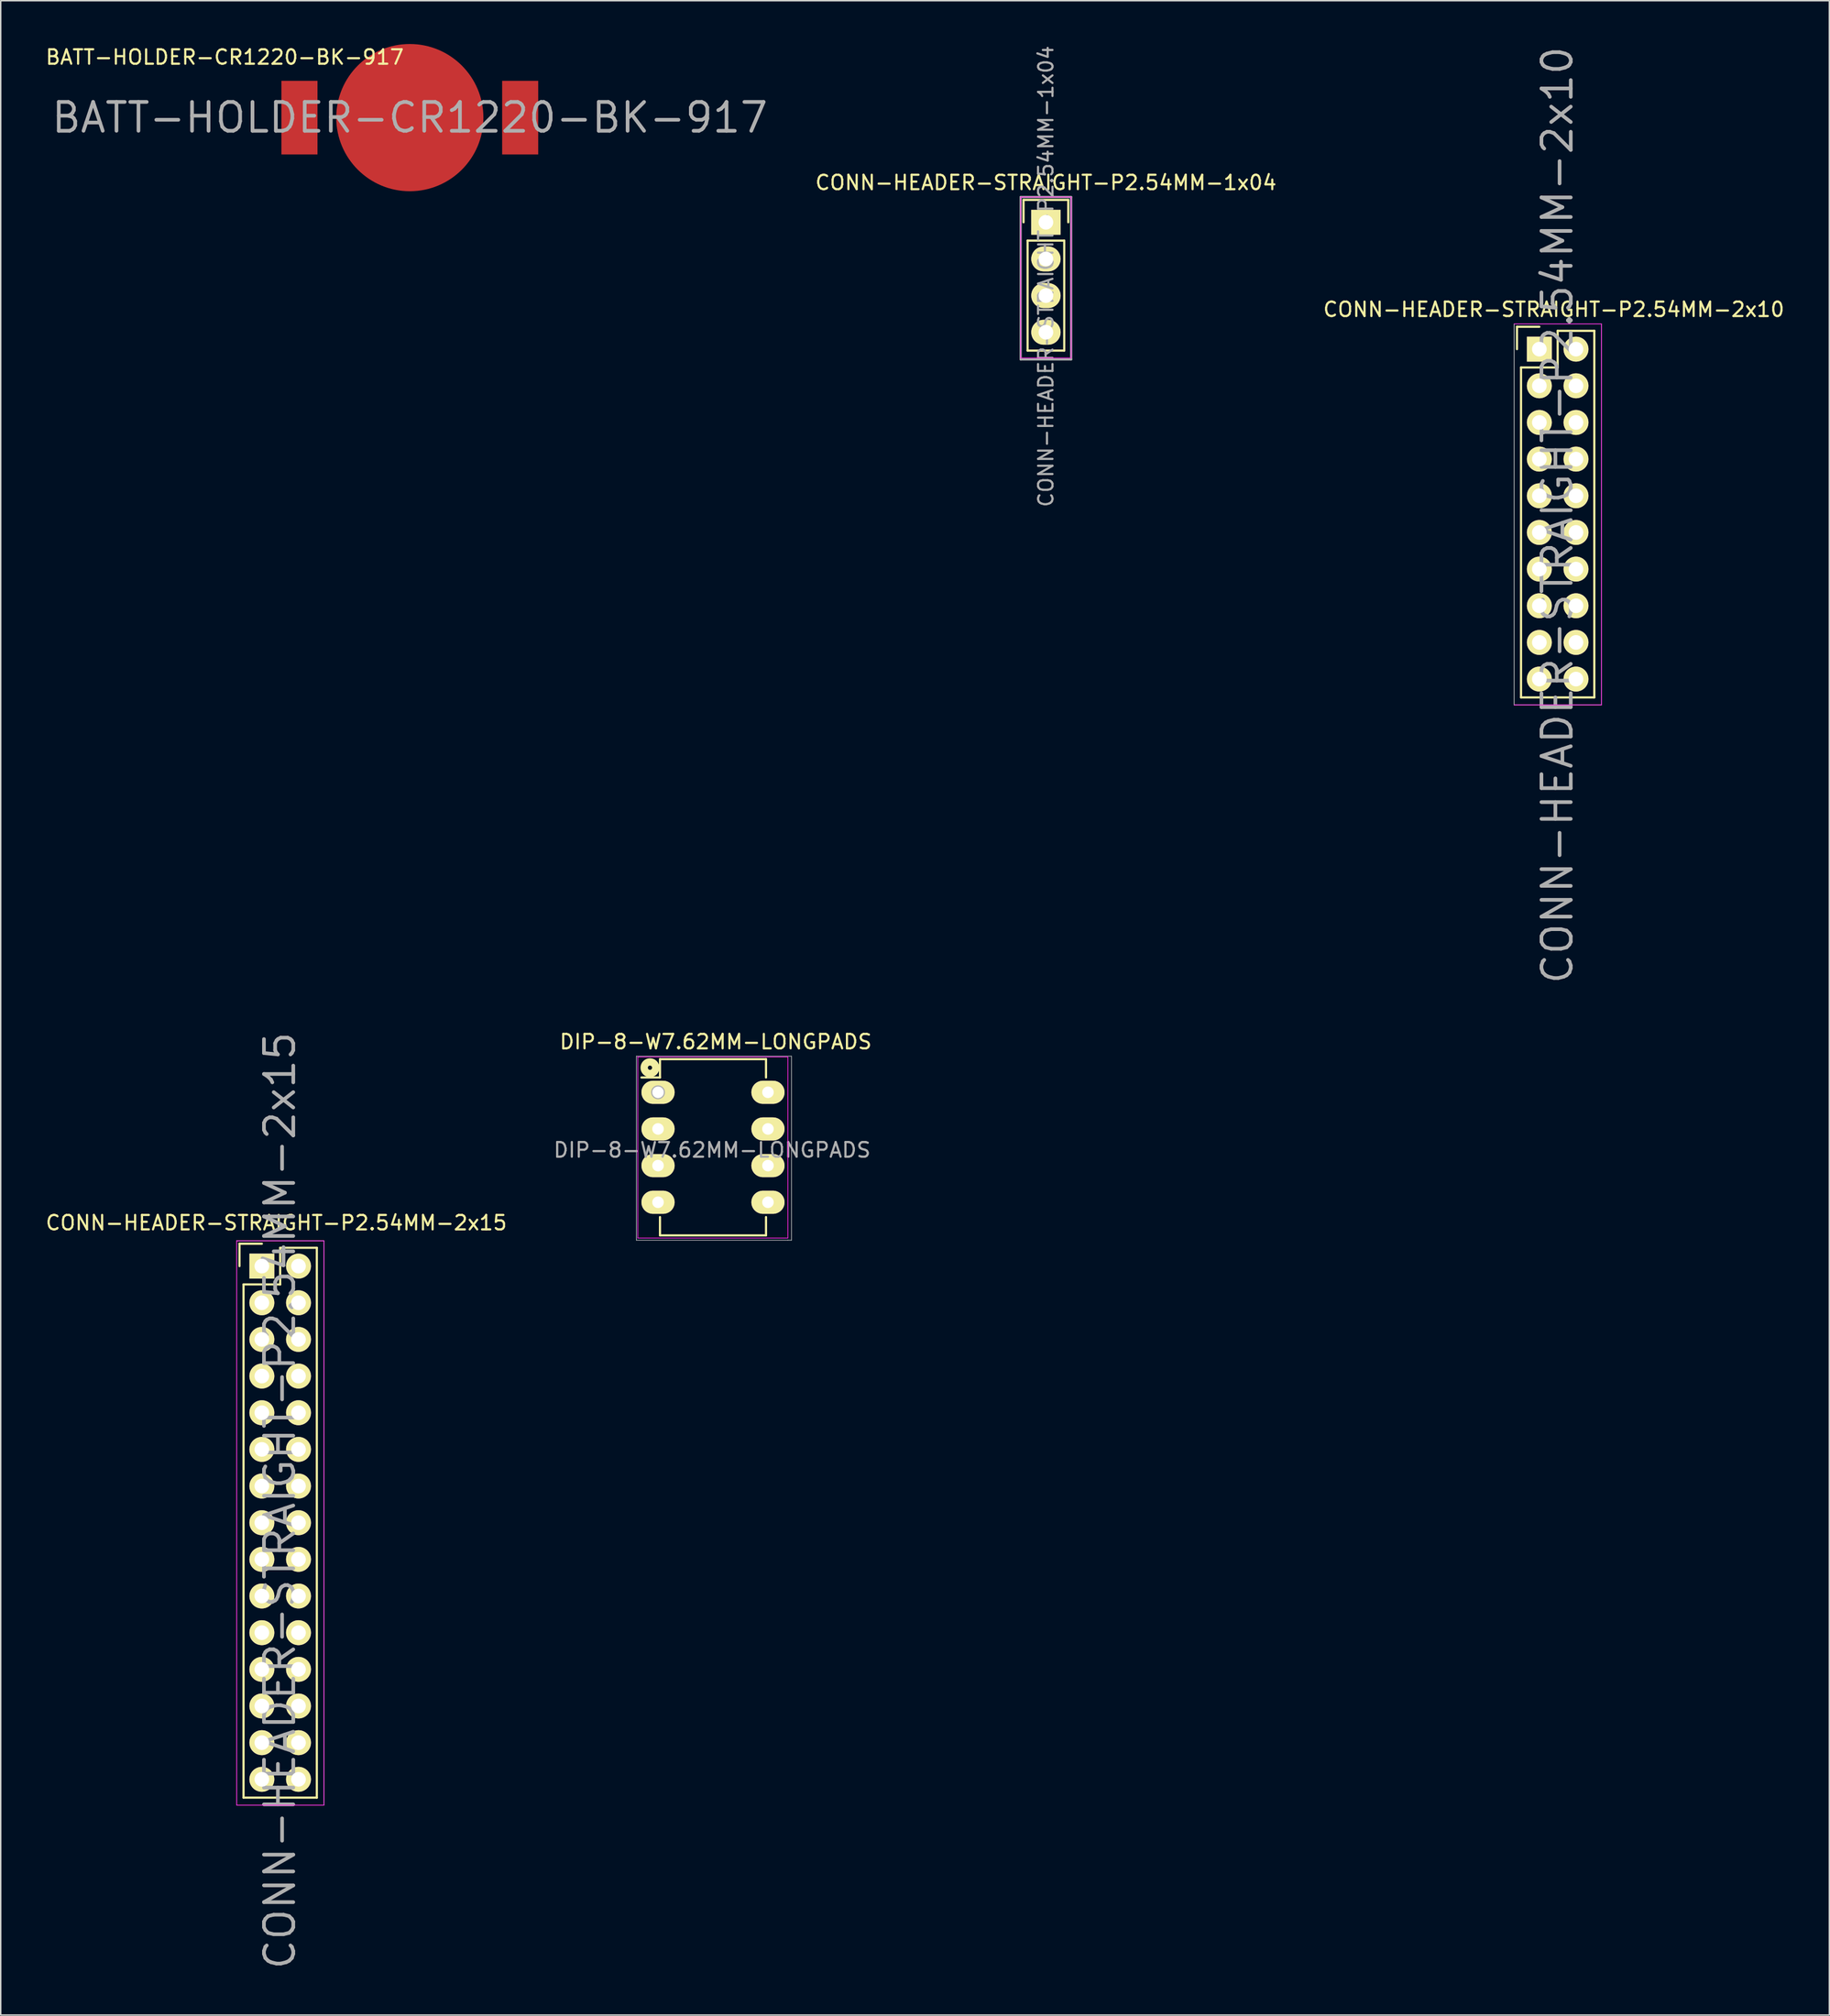
<source format=kicad_pcb>
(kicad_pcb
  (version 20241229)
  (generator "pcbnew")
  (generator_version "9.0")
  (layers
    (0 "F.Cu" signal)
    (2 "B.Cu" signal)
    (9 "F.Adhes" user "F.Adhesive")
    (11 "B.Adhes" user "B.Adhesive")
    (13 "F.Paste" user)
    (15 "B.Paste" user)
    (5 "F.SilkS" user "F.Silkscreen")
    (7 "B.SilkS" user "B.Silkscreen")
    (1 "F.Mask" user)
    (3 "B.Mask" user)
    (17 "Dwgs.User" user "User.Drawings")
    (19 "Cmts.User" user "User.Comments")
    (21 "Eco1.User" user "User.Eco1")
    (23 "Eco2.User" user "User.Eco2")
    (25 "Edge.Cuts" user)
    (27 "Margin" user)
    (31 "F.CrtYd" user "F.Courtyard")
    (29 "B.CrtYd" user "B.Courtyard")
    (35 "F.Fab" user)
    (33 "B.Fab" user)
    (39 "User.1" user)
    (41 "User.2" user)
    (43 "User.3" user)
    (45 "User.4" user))
  (footprint "BATT-HOLDER-CR1220-BK-917"
    (layer "F.Cu")
    (at 25.357 5.1)
    (property "Reference" "BATT-HOLDER-CR1220-BK-917" (at 0 0 0) (layer "F.Fab") (effects (font (size 2 2) (thickness 0.254))))
    (attr through_hole)
    (fp_text user "${REFERENCE}" (at -12.827 -4.191 0) (layer "F.SilkS") (effects (font (size 1 1) (thickness 0.15))))
    (pad "1" smd rect (at -7.65 0) (size 2.5 5.1) (layers "F.Cu" "F.Mask" "F.Paste"))
    (pad "1" smd rect (at 7.65 0) (size 2.5 5.1) (layers "F.Cu" "F.Mask" "F.Paste"))
    (pad "GND" smd circle (at 0 0) (size 10.2 10.2) (layers "F.Cu" "F.Mask" "F.Paste")))
  (footprint "DIP-8-W7.62MM-LONGPADS"
    (layer "F.Cu")
    (at 42.562 72.631)
    (property "Reference" "DIP-8-W7.62MM-LONGPADS" (at 3.75 4 180) (layer "F.Fab") (effects (font (size 1.016 1.016) (thickness 0.152))))
    (attr through_hole)
    (fp_line (start 0.135 -2.295) (end 0.135 -1.025) (stroke (width 0.15) (type solid)) (layer "F.SilkS"))
    (fp_line (start 0.135 -2.295) (end 7.485 -2.295) (stroke (width 0.15) (type solid)) (layer "F.SilkS"))
    (fp_line (start 0.135 -1.025) (end -1.15 -1.025) (stroke (width 0.15) (type solid)) (layer "F.SilkS"))
    (fp_line (start 0.135 9.915) (end 0.135 8.645) (stroke (width 0.15) (type solid)) (layer "F.SilkS"))
    (fp_line (start 0.135 9.915) (end 7.485 9.915) (stroke (width 0.15) (type solid)) (layer "F.SilkS"))
    (fp_line (start 7.485 -2.295) (end 7.485 -1.025) (stroke (width 0.15) (type solid)) (layer "F.SilkS"))
    (fp_line (start 7.485 9.915) (end 7.485 8.645) (stroke (width 0.15) (type solid)) (layer "F.SilkS"))
    (fp_circle (center -0.559 -1.702) (end -0.483 -1.575) (stroke (width 0.508) (type solid)) (fill no) (layer "F.SilkS"))
    (fp_line (start -1.4 -2.45) (end -1.4 10.1) (stroke (width 0.05) (type solid)) (layer "F.CrtYd"))
    (fp_line (start -1.4 -2.45) (end 9 -2.45) (stroke (width 0.05) (type solid)) (layer "F.CrtYd"))
    (fp_line (start -1.4 10.1) (end 9 10.1) (stroke (width 0.05) (type solid)) (layer "F.CrtYd"))
    (fp_line (start 9 -2.45) (end 9 10.1) (stroke (width 0.05) (type solid)) (layer "F.CrtYd"))
    (fp_line (start -1.5 -2.5) (end -1.5 10.25) (stroke (width 0.051) (type solid)) (layer "F.Fab"))
    (fp_line (start -1.5 10.25) (end 9 10.25) (stroke (width 0.051) (type solid)) (layer "F.Fab"))
    (fp_line (start 9 10.25) (end 9.25 10.25) (stroke (width 0.051) (type solid)) (layer "F.Fab"))
    (fp_line (start 9.25 -2.5) (end -1.5 -2.5) (stroke (width 0.051) (type solid)) (layer "F.Fab"))
    (fp_line (start 9.25 10.25) (end 9.25 -2.5) (stroke (width 0.051) (type solid)) (layer "F.Fab"))
    (fp_circle (center 0 0) (end 0.25 0.25) (stroke (width 0.254) (type solid)) (fill no) (layer "F.Fab"))
    (fp_text user "${REFERENCE}" (at 4 -3.5 0) (layer "F.SilkS") (effects (font (size 1 1) (thickness 0.15))))
    (pad "1" thru_hole oval (at 0 0) (size 2.3 1.6) (drill 0.8) (layers "*.Cu" "*.Mask" "F.SilkS"))
    (pad "2" thru_hole oval (at 0 2.54) (size 2.3 1.6) (drill 0.8) (layers "*.Cu" "*.Mask" "F.SilkS"))
    (pad "3" thru_hole oval (at 0 5.08) (size 2.3 1.6) (drill 0.8) (layers "*.Cu" "*.Mask" "F.SilkS"))
    (pad "4" thru_hole oval (at 0 7.62) (size 2.3 1.6) (drill 0.8) (layers "*.Cu" "*.Mask" "F.SilkS"))
    (pad "5" thru_hole oval (at 7.62 7.62) (size 2.3 1.6) (drill 0.8) (layers "*.Cu" "*.Mask" "F.SilkS"))
    (pad "6" thru_hole oval (at 7.62 5.08) (size 2.3 1.6) (drill 0.8) (layers "*.Cu" "*.Mask" "F.SilkS"))
    (pad "7" thru_hole oval (at 7.62 2.54) (size 2.3 1.6) (drill 0.8) (layers "*.Cu" "*.Mask" "F.SilkS"))
    (pad "8" thru_hole oval (at 7.62 0) (size 2.3 1.6) (drill 0.8) (layers "*.Cu" "*.Mask" "F.SilkS")))
  (footprint "CONN-HEADER-STRAIGHT-P2.54MM-2x10"
    (layer "F.Cu")
    (at 103.651 21.141)
    (property "Reference" "CONN-HEADER-STRAIGHT-P2.54MM-2x10" (at 1.25 11.5 90) (layer "F.Fab") (effects (font (size 2.032 2.032) (thickness 0.254))))
    (attr through_hole)
    (fp_line (start -1.55 -1.55) (end -1.55 0) (stroke (width 0.15) (type solid)) (layer "F.SilkS"))
    (fp_line (start -1.27 1.27) (end -1.27 24.13) (stroke (width 0.15) (type solid)) (layer "F.SilkS"))
    (fp_line (start 0 -1.55) (end -1.55 -1.55) (stroke (width 0.15) (type solid)) (layer "F.SilkS"))
    (fp_line (start 1.27 -1.27) (end 1.27 1.27) (stroke (width 0.15) (type solid)) (layer "F.SilkS"))
    (fp_line (start 1.27 1.27) (end -1.27 1.27) (stroke (width 0.15) (type solid)) (layer "F.SilkS"))
    (fp_line (start 3.81 -1.27) (end 1.27 -1.27) (stroke (width 0.15) (type solid)) (layer "F.SilkS"))
    (fp_line (start 3.81 24.13) (end -1.27 24.13) (stroke (width 0.15) (type solid)) (layer "F.SilkS"))
    (fp_line (start 3.81 24.13) (end 3.81 -1.27) (stroke (width 0.15) (type solid)) (layer "F.SilkS"))
    (fp_line (start -1.75 -1.75) (end 4.3 -1.75) (stroke (width 0.05) (type solid)) (layer "F.CrtYd"))
    (fp_line (start -1.75 24.65) (end 4.3 24.65) (stroke (width 0.05) (type solid)) (layer "F.CrtYd"))
    (fp_line (start 4.3 -1.75) (end 4.3 24.65) (stroke (width 0.05) (type solid)) (layer "F.CrtYd"))
    (fp_line (start -1.75 -1.75) (end -1.75 24.65) (stroke (width 0.05) (type solid)) (layer "F.Fab"))
    (fp_line (start -1.75 -1.75) (end -1.75 24.65) (stroke (width 0.05) (type solid)) (layer "F.Fab"))
    (fp_line (start -1.75 -1.75) (end 4.3 -1.75) (stroke (width 0.05) (type solid)) (layer "F.Fab"))
    (fp_line (start -1.75 24.65) (end 4.3 24.65) (stroke (width 0.05) (type solid)) (layer "F.Fab"))
    (fp_line (start 4.3 -1.75) (end 4.3 24.65) (stroke (width 0.05) (type solid)) (layer "F.Fab"))
    (fp_text user "${REFERENCE}" (at 1 -2.75 0) (layer "F.SilkS") (effects (font (size 1 1) (thickness 0.15))))
    (pad "1" thru_hole rect (at 0 0) (size 1.727 1.727) (drill 1.016) (layers "*.Cu" "*.Mask" "F.SilkS"))
    (pad "2" thru_hole oval (at 2.54 0) (size 1.727 1.727) (drill 1.016) (layers "*.Cu" "*.Mask" "F.SilkS"))
    (pad "3" thru_hole oval (at 0 2.54) (size 1.727 1.727) (drill 1.016) (layers "*.Cu" "*.Mask" "F.SilkS"))
    (pad "4" thru_hole oval (at 2.54 2.54) (size 1.727 1.727) (drill 1.016) (layers "*.Cu" "*.Mask" "F.SilkS"))
    (pad "5" thru_hole oval (at 0 5.08) (size 1.727 1.727) (drill 1.016) (layers "*.Cu" "*.Mask" "F.SilkS"))
    (pad "6" thru_hole oval (at 2.54 5.08) (size 1.727 1.727) (drill 1.016) (layers "*.Cu" "*.Mask" "F.SilkS"))
    (pad "7" thru_hole oval (at 0 7.62) (size 1.727 1.727) (drill 1.016) (layers "*.Cu" "*.Mask" "F.SilkS"))
    (pad "8" thru_hole oval (at 2.54 7.62) (size 1.727 1.727) (drill 1.016) (layers "*.Cu" "*.Mask" "F.SilkS"))
    (pad "9" thru_hole oval (at 0 10.16) (size 1.727 1.727) (drill 1.016) (layers "*.Cu" "*.Mask" "F.SilkS"))
    (pad "10" thru_hole oval (at 2.54 10.16) (size 1.727 1.727) (drill 1.016) (layers "*.Cu" "*.Mask" "F.SilkS"))
    (pad "11" thru_hole oval (at 0 12.7) (size 1.727 1.727) (drill 1.016) (layers "*.Cu" "*.Mask" "F.SilkS"))
    (pad "12" thru_hole oval (at 2.54 12.7) (size 1.727 1.727) (drill 1.016) (layers "*.Cu" "*.Mask" "F.SilkS"))
    (pad "13" thru_hole oval (at 0 15.24) (size 1.727 1.727) (drill 1.016) (layers "*.Cu" "*.Mask" "F.SilkS"))
    (pad "14" thru_hole oval (at 2.54 15.24) (size 1.727 1.727) (drill 1.016) (layers "*.Cu" "*.Mask" "F.SilkS"))
    (pad "15" thru_hole oval (at 0 17.78) (size 1.727 1.727) (drill 1.016) (layers "*.Cu" "*.Mask" "F.SilkS"))
    (pad "16" thru_hole oval (at 2.54 17.78) (size 1.727 1.727) (drill 1.016) (layers "*.Cu" "*.Mask" "F.SilkS"))
    (pad "17" thru_hole oval (at 0 20.32) (size 1.727 1.727) (drill 1.016) (layers "*.Cu" "*.Mask" "F.SilkS"))
    (pad "18" thru_hole oval (at 2.54 20.32) (size 1.727 1.727) (drill 1.016) (layers "*.Cu" "*.Mask" "F.SilkS"))
    (pad "19" thru_hole oval (at 0 22.86) (size 1.727 1.727) (drill 1.016) (layers "*.Cu" "*.Mask" "F.SilkS"))
    (pad "20" thru_hole oval (at 2.54 22.86) (size 1.727 1.727) (drill 1.016) (layers "*.Cu" "*.Mask" "F.SilkS")))
  (footprint "CONN-HEADER-STRAIGHT-P2.54MM-2x15"
    (layer "F.Cu")
    (at 15.101 84.674)
    (property "Reference" "CONN-HEADER-STRAIGHT-P2.54MM-2x15" (at 1.25 16.25 90) (layer "F.Fab") (effects (font (size 2.032 2.032) (thickness 0.254))))
    (attr through_hole)
    (fp_line (start -1.55 -1.55) (end -1.55 0) (stroke (width 0.15) (type solid)) (layer "F.SilkS"))
    (fp_line (start -1.27 1.27) (end -1.27 36.83) (stroke (width 0.15) (type solid)) (layer "F.SilkS"))
    (fp_line (start 0 -1.55) (end -1.55 -1.55) (stroke (width 0.15) (type solid)) (layer "F.SilkS"))
    (fp_line (start 1.27 -1.27) (end 1.27 1.27) (stroke (width 0.15) (type solid)) (layer "F.SilkS"))
    (fp_line (start 1.27 1.27) (end -1.27 1.27) (stroke (width 0.15) (type solid)) (layer "F.SilkS"))
    (fp_line (start 3.81 -1.27) (end 1.27 -1.27) (stroke (width 0.15) (type solid)) (layer "F.SilkS"))
    (fp_line (start 3.81 36.83) (end -1.27 36.83) (stroke (width 0.15) (type solid)) (layer "F.SilkS"))
    (fp_line (start 3.81 36.83) (end 3.81 -1.27) (stroke (width 0.15) (type solid)) (layer "F.SilkS"))
    (fp_line (start -1.75 -1.75) (end -1.75 37.35) (stroke (width 0.05) (type solid)) (layer "F.CrtYd"))
    (fp_line (start -1.75 -1.75) (end 4.3 -1.75) (stroke (width 0.05) (type solid)) (layer "F.CrtYd"))
    (fp_line (start -1.75 37.35) (end 4.3 37.35) (stroke (width 0.05) (type solid)) (layer "F.CrtYd"))
    (fp_line (start 4.3 -1.75) (end 4.3 37.35) (stroke (width 0.05) (type solid)) (layer "F.CrtYd"))
    (fp_line (start -1.75 -1.75) (end -1.75 37.35) (stroke (width 0.05) (type solid)) (layer "F.Fab"))
    (fp_line (start -1.75 -1.75) (end 4.3 -1.75) (stroke (width 0.05) (type solid)) (layer "F.Fab"))
    (fp_line (start -1.75 37.35) (end 4.3 37.35) (stroke (width 0.05) (type solid)) (layer "F.Fab"))
    (fp_line (start 4.3 -1.75) (end 4.3 37.35) (stroke (width 0.05) (type solid)) (layer "F.Fab"))
    (fp_text user "${REFERENCE}" (at 1 -3 0) (layer "F.SilkS") (effects (font (size 1 1) (thickness 0.15))))
    (pad "1" thru_hole rect (at 0 0) (size 1.727 1.727) (drill 1.016) (layers "*.Cu" "*.Mask" "F.SilkS"))
    (pad "2" thru_hole oval (at 2.54 0) (size 1.727 1.727) (drill 1.016) (layers "*.Cu" "*.Mask" "F.SilkS"))
    (pad "3" thru_hole oval (at 0 2.54) (size 1.727 1.727) (drill 1.016) (layers "*.Cu" "*.Mask" "F.SilkS"))
    (pad "4" thru_hole oval (at 2.54 2.54) (size 1.727 1.727) (drill 1.016) (layers "*.Cu" "*.Mask" "F.SilkS"))
    (pad "5" thru_hole oval (at 0 5.08) (size 1.727 1.727) (drill 1.016) (layers "*.Cu" "*.Mask" "F.SilkS"))
    (pad "6" thru_hole oval (at 2.54 5.08) (size 1.727 1.727) (drill 1.016) (layers "*.Cu" "*.Mask" "F.SilkS"))
    (pad "7" thru_hole oval (at 0 7.62) (size 1.727 1.727) (drill 1.016) (layers "*.Cu" "*.Mask" "F.SilkS"))
    (pad "8" thru_hole oval (at 2.54 7.62) (size 1.727 1.727) (drill 1.016) (layers "*.Cu" "*.Mask" "F.SilkS"))
    (pad "9" thru_hole oval (at 0 10.16) (size 1.727 1.727) (drill 1.016) (layers "*.Cu" "*.Mask" "F.SilkS"))
    (pad "10" thru_hole oval (at 2.54 10.16) (size 1.727 1.727) (drill 1.016) (layers "*.Cu" "*.Mask" "F.SilkS"))
    (pad "11" thru_hole oval (at 0 12.7) (size 1.727 1.727) (drill 1.016) (layers "*.Cu" "*.Mask" "F.SilkS"))
    (pad "12" thru_hole oval (at 2.54 12.7) (size 1.727 1.727) (drill 1.016) (layers "*.Cu" "*.Mask" "F.SilkS"))
    (pad "13" thru_hole oval (at 0 15.24) (size 1.727 1.727) (drill 1.016) (layers "*.Cu" "*.Mask" "F.SilkS"))
    (pad "14" thru_hole oval (at 2.54 15.24) (size 1.727 1.727) (drill 1.016) (layers "*.Cu" "*.Mask" "F.SilkS"))
    (pad "15" thru_hole oval (at 0 17.78) (size 1.727 1.727) (drill 1.016) (layers "*.Cu" "*.Mask" "F.SilkS"))
    (pad "16" thru_hole oval (at 2.54 17.78) (size 1.727 1.727) (drill 1.016) (layers "*.Cu" "*.Mask" "F.SilkS"))
    (pad "17" thru_hole oval (at 0 20.32) (size 1.727 1.727) (drill 1.016) (layers "*.Cu" "*.Mask" "F.SilkS"))
    (pad "18" thru_hole oval (at 2.54 20.32) (size 1.727 1.727) (drill 1.016) (layers "*.Cu" "*.Mask" "F.SilkS"))
    (pad "19" thru_hole oval (at 0 22.86) (size 1.727 1.727) (drill 1.016) (layers "*.Cu" "*.Mask" "F.SilkS"))
    (pad "20" thru_hole oval (at 2.54 22.86) (size 1.727 1.727) (drill 1.016) (layers "*.Cu" "*.Mask" "F.SilkS"))
    (pad "21" thru_hole oval (at 0 25.4) (size 1.727 1.727) (drill 1.016) (layers "*.Cu" "*.Mask" "F.SilkS"))
    (pad "22" thru_hole oval (at 2.54 25.4) (size 1.727 1.727) (drill 1.016) (layers "*.Cu" "*.Mask" "F.SilkS"))
    (pad "23" thru_hole oval (at 0 27.94) (size 1.727 1.727) (drill 1.016) (layers "*.Cu" "*.Mask" "F.SilkS"))
    (pad "24" thru_hole oval (at 2.54 27.94) (size 1.727 1.727) (drill 1.016) (layers "*.Cu" "*.Mask" "F.SilkS"))
    (pad "25" thru_hole oval (at 0 30.48) (size 1.727 1.727) (drill 1.016) (layers "*.Cu" "*.Mask" "F.SilkS"))
    (pad "26" thru_hole oval (at 2.54 30.48) (size 1.727 1.727) (drill 1.016) (layers "*.Cu" "*.Mask" "F.SilkS"))
    (pad "27" thru_hole oval (at 0 33.02) (size 1.727 1.727) (drill 1.016) (layers "*.Cu" "*.Mask" "F.SilkS"))
    (pad "28" thru_hole oval (at 2.54 33.02) (size 1.727 1.727) (drill 1.016) (layers "*.Cu" "*.Mask" "F.SilkS"))
    (pad "29" thru_hole oval (at 0 35.56) (size 1.727 1.727) (drill 1.016) (layers "*.Cu" "*.Mask" "F.SilkS"))
    (pad "30" thru_hole oval (at 2.54 35.56) (size 1.727 1.727) (drill 1.016) (layers "*.Cu" "*.Mask" "F.SilkS")))
  (footprint "CONN-HEADER-STRAIGHT-P2.54MM-1x04"
    (layer "F.Cu")
    (at 69.448 12.351)
    (property "Reference" "CONN-HEADER-STRAIGHT-P2.54MM-1x04" (at 0 3.75 90) (layer "F.Fab") (effects (font (size 1 1) (thickness 0.15))))
    (attr through_hole)
    (fp_line (start -1.55 -1.55) (end 1.55 -1.55) (stroke (width 0.15) (type solid)) (layer "F.SilkS"))
    (fp_line (start -1.55 0) (end -1.55 -1.55) (stroke (width 0.15) (type solid)) (layer "F.SilkS"))
    (fp_line (start -1.27 1.27) (end -1.27 8.89) (stroke (width 0.15) (type solid)) (layer "F.SilkS"))
    (fp_line (start -1.27 8.89) (end 1.27 8.89) (stroke (width 0.15) (type solid)) (layer "F.SilkS"))
    (fp_line (start 1.27 1.27) (end -1.27 1.27) (stroke (width 0.15) (type solid)) (layer "F.SilkS"))
    (fp_line (start 1.27 1.27) (end 1.27 8.89) (stroke (width 0.15) (type solid)) (layer "F.SilkS"))
    (fp_line (start 1.55 -1.55) (end 1.55 0) (stroke (width 0.15) (type solid)) (layer "F.SilkS"))
    (fp_line (start -1.75 -1.75) (end -1.75 9.4) (stroke (width 0.05) (type solid)) (layer "F.CrtYd"))
    (fp_line (start -1.75 -1.75) (end 1.75 -1.75) (stroke (width 0.05) (type solid)) (layer "F.CrtYd"))
    (fp_line (start -1.75 9.4) (end 1.75 9.4) (stroke (width 0.05) (type solid)) (layer "F.CrtYd"))
    (fp_line (start 1.75 -1.75) (end 1.75 9.4) (stroke (width 0.05) (type solid)) (layer "F.CrtYd"))
    (fp_line (start -1.75 -1.75) (end 1.75 -1.75) (stroke (width 0.152) (type solid)) (layer "F.Fab"))
    (fp_line (start -1.75 9.5) (end -1.75 -1.75) (stroke (width 0.152) (type solid)) (layer "F.Fab"))
    (fp_line (start 1.75 -1.75) (end 1.75 9.5) (stroke (width 0.152) (type solid)) (layer "F.Fab"))
    (fp_line (start 1.75 9.5) (end -1.75 9.5) (stroke (width 0.152) (type solid)) (layer "F.Fab"))
    (fp_text user "${REFERENCE}" (at 0 -2.75 0) (layer "F.SilkS") (effects (font (size 1 1) (thickness 0.15))))
    (pad "1" thru_hole rect (at 0 0) (size 2.032 1.727) (drill 1.016) (layers "*.Cu" "*.Mask" "F.SilkS"))
    (pad "2" thru_hole oval (at 0 2.54) (size 2.032 1.727) (drill 1.016) (layers "*.Cu" "*.Mask" "F.SilkS"))
    (pad "3" thru_hole oval (at 0 5.08) (size 2.032 1.727) (drill 1.016) (layers "*.Cu" "*.Mask" "F.SilkS"))
    (pad "4" thru_hole oval (at 0 7.62) (size 2.032 1.727) (drill 1.016) (layers "*.Cu" "*.Mask" "F.SilkS")))
  (gr_rect
    (start -3 -3)
    (end 123.752 136.566)
    (stroke (width 0.1) (type default))
    (fill no)
    (layer "Edge.Cuts")))
</source>
